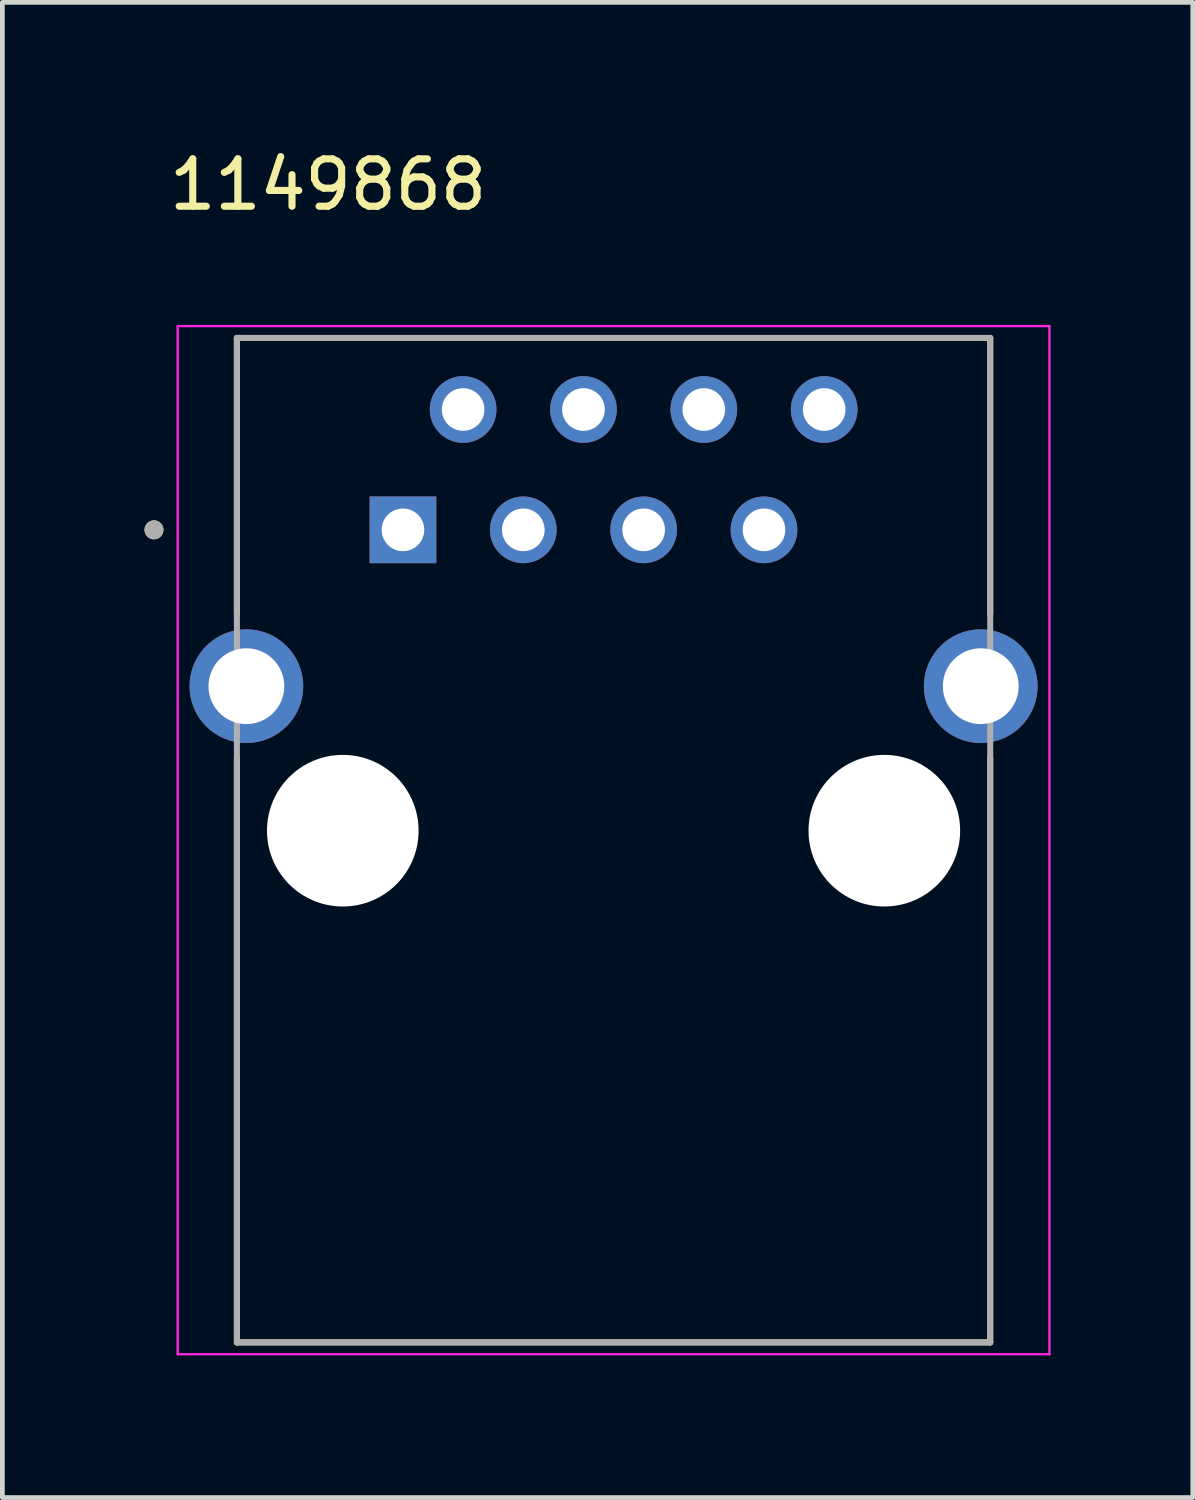
<source format=kicad_pcb>
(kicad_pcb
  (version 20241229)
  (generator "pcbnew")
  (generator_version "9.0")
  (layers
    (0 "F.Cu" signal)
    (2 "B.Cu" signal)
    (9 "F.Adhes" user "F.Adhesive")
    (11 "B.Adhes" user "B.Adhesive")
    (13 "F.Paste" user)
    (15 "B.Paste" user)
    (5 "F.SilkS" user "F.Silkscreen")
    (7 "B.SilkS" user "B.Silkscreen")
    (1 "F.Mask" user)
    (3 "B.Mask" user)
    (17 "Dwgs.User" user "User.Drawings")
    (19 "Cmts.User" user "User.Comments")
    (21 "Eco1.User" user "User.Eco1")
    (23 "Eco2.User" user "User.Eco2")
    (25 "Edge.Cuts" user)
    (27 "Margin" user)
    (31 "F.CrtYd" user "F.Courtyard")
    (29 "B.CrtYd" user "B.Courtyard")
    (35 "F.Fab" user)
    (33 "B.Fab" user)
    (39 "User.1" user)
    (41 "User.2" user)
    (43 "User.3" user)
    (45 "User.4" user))
  (footprint "1149868"
    (layer "F.Cu")
    (at 1.95 25.283)
    (property "Reference" "1149868" (at 1.925 -24.435 0) (layer "F.SilkS") (effects (font (size 1 1) (thickness 0.15))))
    (attr through_hole)
    (fp_line (start 0 -21.2) (end 15.9 -21.2) (stroke (width 0.127) (type solid)) (layer "F.SilkS"))
    (fp_line (start 0 -15.37) (end 0 -21.2) (stroke (width 0.127) (type solid)) (layer "F.SilkS"))
    (fp_line (start 0 0) (end 0 -12.33) (stroke (width 0.127) (type solid)) (layer "F.SilkS"))
    (fp_line (start 15.9 -21.2) (end 15.9 -15.37) (stroke (width 0.127) (type solid)) (layer "F.SilkS"))
    (fp_line (start 15.9 0) (end 0 0) (stroke (width 0.127) (type solid)) (layer "F.SilkS"))
    (fp_line (start 15.9 0) (end 15.9 -12.33) (stroke (width 0.127) (type solid)) (layer "F.SilkS"))
    (fp_circle (center -1.75 -17.15) (end -1.65 -17.15) (stroke (width 0.2) (type solid)) (fill no) (layer "F.SilkS"))
    (fp_line (start -1.25 -21.45) (end -1.25 0.25) (stroke (width 0.05) (type solid)) (layer "F.CrtYd"))
    (fp_line (start -1.25 0.25) (end 17.15 0.25) (stroke (width 0.05) (type solid)) (layer "F.CrtYd"))
    (fp_line (start 17.15 -21.45) (end -1.25 -21.45) (stroke (width 0.05) (type solid)) (layer "F.CrtYd"))
    (fp_line (start 17.15 0.25) (end 17.15 -21.45) (stroke (width 0.05) (type solid)) (layer "F.CrtYd"))
    (fp_line (start 0 -21.2) (end 15.9 -21.2) (stroke (width 0.127) (type solid)) (layer "F.Fab"))
    (fp_line (start 0 0) (end 0 -21.2) (stroke (width 0.127) (type solid)) (layer "F.Fab"))
    (fp_line (start 15.9 -21.2) (end 15.9 0) (stroke (width 0.127) (type solid)) (layer "F.Fab"))
    (fp_line (start 15.9 0) (end 0 0) (stroke (width 0.127) (type solid)) (layer "F.Fab"))
    (fp_circle (center -1.75 -17.15) (end -1.65 -17.15) (stroke (width 0.2) (type solid)) (fill no) (layer "F.Fab"))
    (pad "" np_thru_hole circle (at 2.235 -10.8) (size 3.2 3.2) (drill 3.2) (layers "*.Cu" "*.Mask"))
    (pad "" np_thru_hole circle (at 13.665 -10.8) (size 3.2 3.2) (drill 3.2) (layers "*.Cu" "*.Mask"))
    (pad "1" thru_hole rect (at 3.505 -17.15) (size 1.408 1.408) (drill 0.9) (layers "*.Cu" "*.Mask"))
    (pad "2" thru_hole circle (at 4.775 -19.69) (size 1.408 1.408) (drill 0.9) (layers "*.Cu" "*.Mask"))
    (pad "3" thru_hole circle (at 6.045 -17.15) (size 1.408 1.408) (drill 0.9) (layers "*.Cu" "*.Mask"))
    (pad "4" thru_hole circle (at 7.315 -19.69) (size 1.408 1.408) (drill 0.9) (layers "*.Cu" "*.Mask"))
    (pad "5" thru_hole circle (at 8.585 -17.15) (size 1.408 1.408) (drill 0.9) (layers "*.Cu" "*.Mask"))
    (pad "6" thru_hole circle (at 9.855 -19.69) (size 1.408 1.408) (drill 0.9) (layers "*.Cu" "*.Mask"))
    (pad "7" thru_hole circle (at 11.125 -17.15) (size 1.408 1.408) (drill 0.9) (layers "*.Cu" "*.Mask"))
    (pad "8" thru_hole circle (at 12.395 -19.69) (size 1.408 1.408) (drill 0.9) (layers "*.Cu" "*.Mask"))
    (pad "SH1" thru_hole circle (at 0.2 -13.85) (size 2.4 2.4) (drill 1.6) (layers "*.Cu" "*.Mask"))
    (pad "SH2" thru_hole circle (at 15.7 -13.85) (size 2.4 2.4) (drill 1.6) (layers "*.Cu" "*.Mask")))
  (gr_rect
    (start -3 -3)
    (end 22.125 28.558)
    (stroke (width 0.1) (type default))
    (fill no)
    (layer "Edge.Cuts")))
</source>
